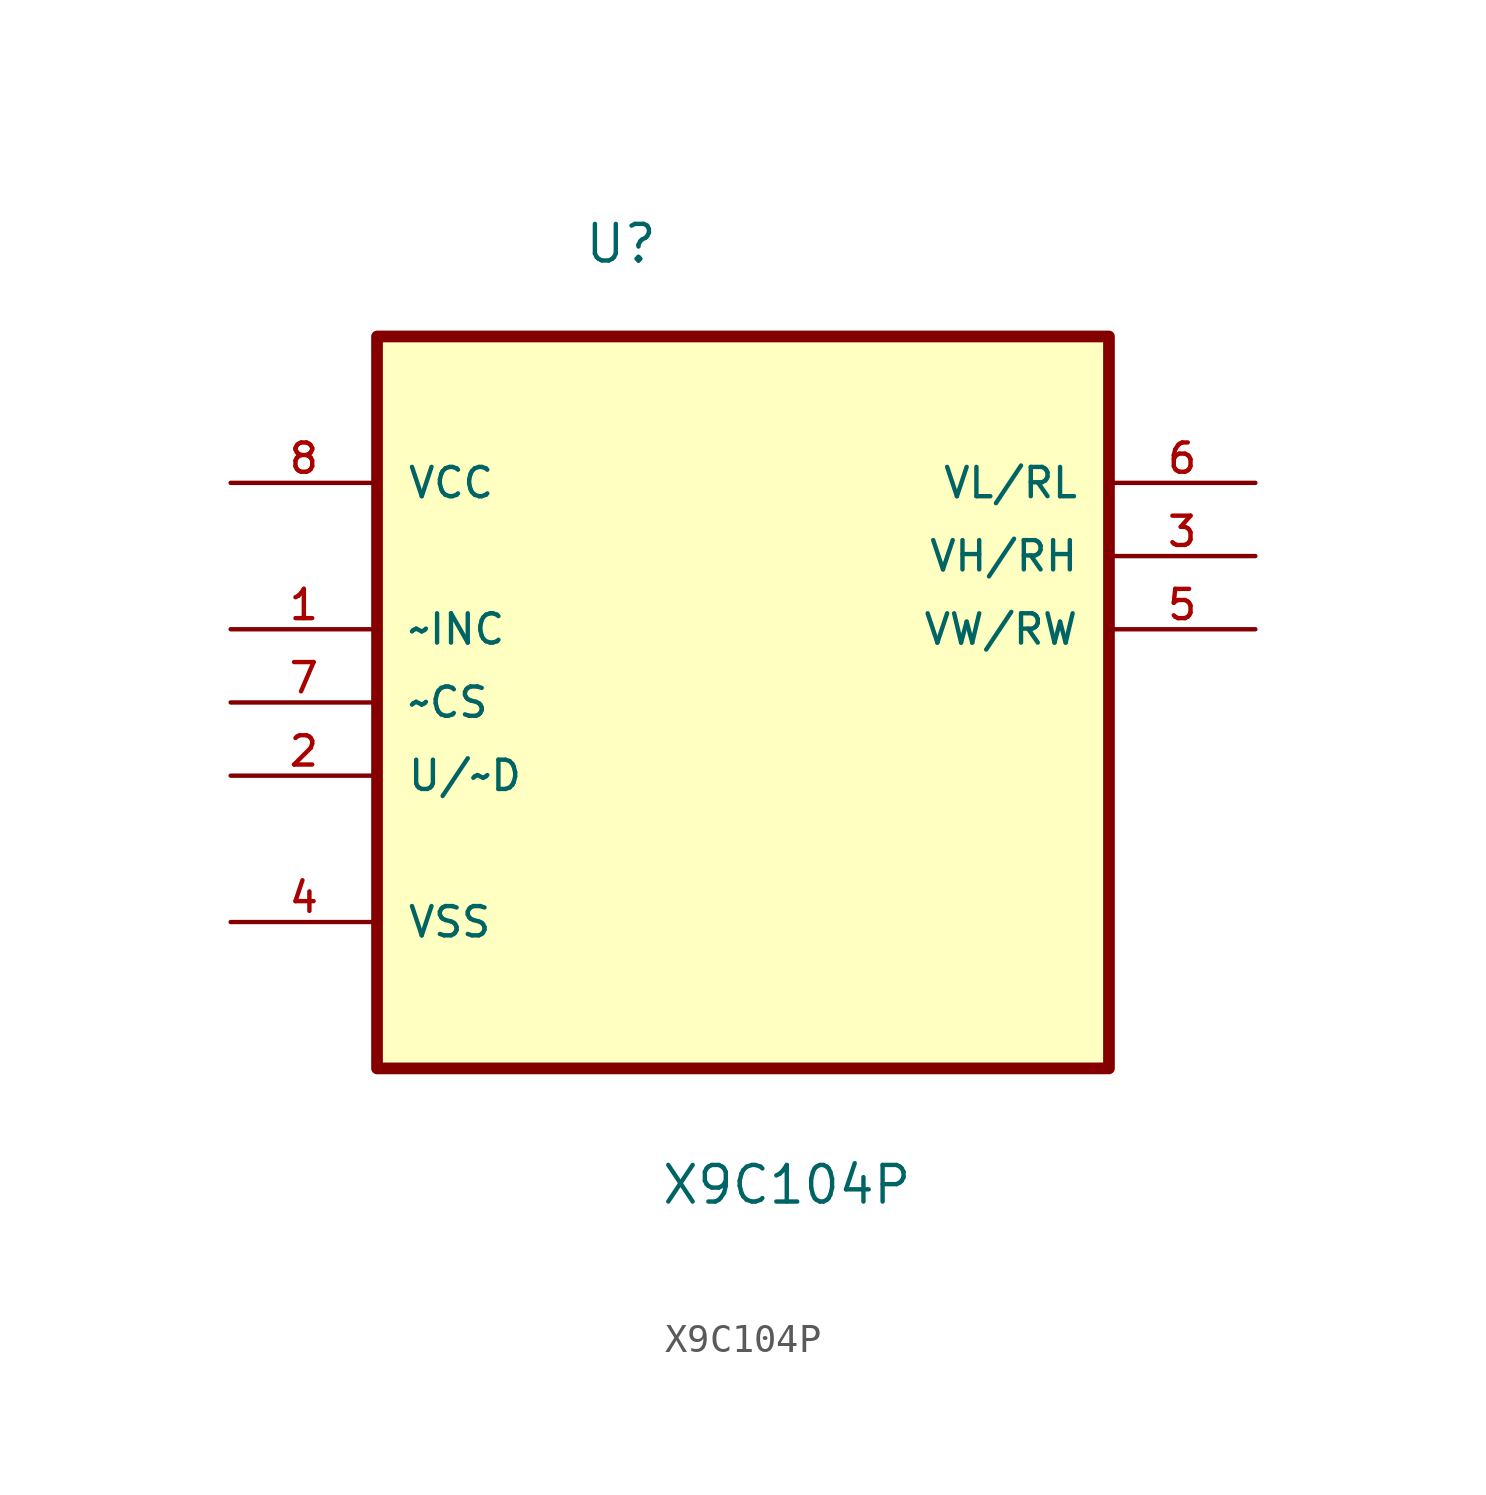
<source format=kicad_sym>
(kicad_symbol_lib
  (version 20211014)
  (generator kicad_symbol_editor)
  (symbol "X9C104P"
    (pin_names
      (offset 1.016))
    (property "Reference" "U"
      (at -5.542 12.635 0.0)
      (effects (font (size 1.27 1.27)) (justify bottom left)))
    (property "Value" "X9C104P"
      (at -2.875 -20.023 0.0)
      (effects (font (size 1.27 1.27)) (justify bottom left)))
    (symbol "X9C104P_0_0"
      (rectangle (start -12.7 -15.24) (end 12.7 10.16) (stroke (width 0.406)) (fill (type background)))
      (pin power_in line (at -17.78 5.08 0) (length 5.08) (name "VCC" (effects (font (size 1.016 1.016)))) (number "8" (effects (font (size 1.016 1.016)))))
      (pin input line (at -17.78 0.0 0) (length 5.08) (name "~INC" (effects (font (size 1.016 1.016)))) (number "1" (effects (font (size 1.016 1.016)))))
      (pin input line (at -17.78 -2.54 0) (length 5.08) (name "~CS" (effects (font (size 1.016 1.016)))) (number "7" (effects (font (size 1.016 1.016)))))
      (pin input line (at -17.78 -5.08 0) (length 5.08) (name "U/~D" (effects (font (size 1.016 1.016)))) (number "2" (effects (font (size 1.016 1.016)))))
      (pin passive line (at -17.78 -10.16 0) (length 5.08) (name "VSS" (effects (font (size 1.016 1.016)))) (number "4" (effects (font (size 1.016 1.016)))))
      (pin passive line (at 17.78 5.08 180.0) (length 5.08) (name "VL/RL" (effects (font (size 1.016 1.016)))) (number "6" (effects (font (size 1.016 1.016)))))
      (pin passive line (at 17.78 2.54 180.0) (length 5.08) (name "VH/RH" (effects (font (size 1.016 1.016)))) (number "3" (effects (font (size 1.016 1.016)))))
      (pin passive line (at 17.78 0.0 180.0) (length 5.08) (name "VW/RW" (effects (font (size 1.016 1.016)))) (number "5" (effects (font (size 1.016 1.016))))))))
</source>
